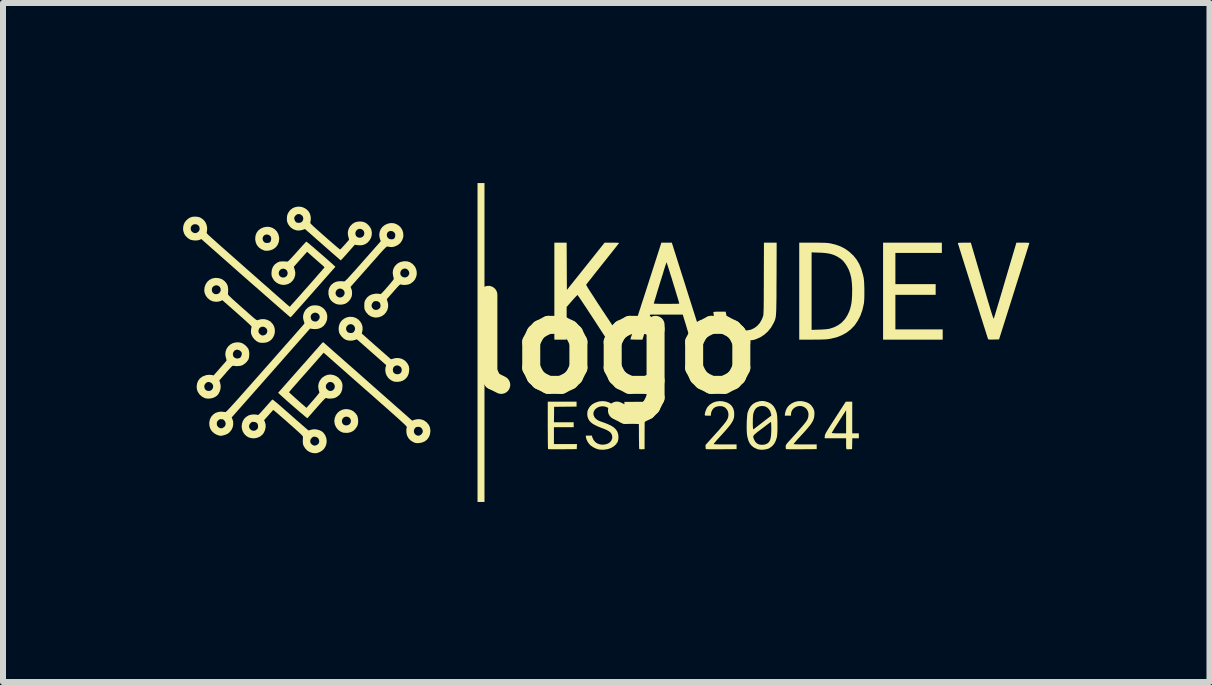
<source format=kicad_pcb>
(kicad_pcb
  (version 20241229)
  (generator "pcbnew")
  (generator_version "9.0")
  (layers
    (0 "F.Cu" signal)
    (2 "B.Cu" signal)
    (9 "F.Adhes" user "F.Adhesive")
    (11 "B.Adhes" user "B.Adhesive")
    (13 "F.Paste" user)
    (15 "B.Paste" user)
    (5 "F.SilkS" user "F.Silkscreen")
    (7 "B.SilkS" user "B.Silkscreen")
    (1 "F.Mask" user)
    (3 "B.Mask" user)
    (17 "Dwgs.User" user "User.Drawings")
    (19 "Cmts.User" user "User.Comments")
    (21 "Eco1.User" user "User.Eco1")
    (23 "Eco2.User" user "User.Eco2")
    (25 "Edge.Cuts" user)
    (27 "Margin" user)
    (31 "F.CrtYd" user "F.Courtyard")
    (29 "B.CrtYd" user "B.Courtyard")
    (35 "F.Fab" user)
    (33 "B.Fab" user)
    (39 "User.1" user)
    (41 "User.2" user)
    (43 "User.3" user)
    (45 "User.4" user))
  (footprint "logo"
    (layer "F.Cu")
    (at 7.158 2.684)
    (property "Reference" "logo" (at 0 0 0) (layer "F.SilkS") (effects (font (size 1.5 1.5) (thickness 0.3))))
    (attr board_only exclude_from_pos_files exclude_from_bom)
    (fp_poly (pts (xy -2.136 -0.027) (xy -2.136 2.629) (xy -2.194 2.629) (xy -2.252 2.629) (xy -2.252 -0.027) (xy -2.252 -2.684) (xy -2.194 -2.684) (xy -2.136 -2.684)) (stroke (width 0) (type solid)) (fill yes) (layer "F.SilkS"))
    (fp_poly (pts (xy 5.484 -1.605) (xy 5.484 -1.52) (xy 5.097 -1.52) (xy 4.71 -1.52) (xy 4.71 -1.26) (xy 4.71 -1) (xy 5.046 -1) (xy 5.381 -1) (xy 5.381 -0.911) (xy 5.381 -0.822) (xy 5.046 -0.822) (xy 4.71 -0.822) (xy 4.71 -0.534) (xy 4.71 -0.246) (xy 5.104 -0.246) (xy 5.498 -0.246) (xy 5.498 -0.161) (xy 5.498 -0.075) (xy 5.001 -0.075) (xy 4.505 -0.075) (xy 4.505 -0.883) (xy 4.505 -1.691) (xy 4.994 -1.691) (xy 5.484 -1.691)) (stroke (width 0) (type solid)) (fill yes) (layer "F.SilkS"))
    (fp_poly (pts (xy -0.602 0.999) (xy -0.602 1.04) (xy -0.789 1.042) (xy -0.976 1.044) (xy -0.977 1.172) (xy -0.979 1.301) (xy -0.815 1.301) (xy -0.65 1.301) (xy -0.65 1.342) (xy -0.65 1.383) (xy -0.815 1.383) (xy -0.979 1.383) (xy -0.979 1.523) (xy -0.979 1.664) (xy -0.787 1.664) (xy -0.595 1.664) (xy -0.597 1.706) (xy -0.599 1.749) (xy -0.836 1.751) (xy -0.891 1.751) (xy -0.943 1.751) (xy -0.988 1.751) (xy -1.026 1.751) (xy -1.054 1.75) (xy -1.072 1.749) (xy -1.077 1.748) (xy -1.078 1.741) (xy -1.079 1.721) (xy -1.079 1.689) (xy -1.08 1.648) (xy -1.081 1.598) (xy -1.081 1.541) (xy -1.081 1.477) (xy -1.082 1.408) (xy -1.082 1.351) (xy -1.082 0.958) (xy -0.842 0.958) (xy -0.602 0.958)) (stroke (width 0) (type solid)) (fill yes) (layer "F.SilkS"))
    (fp_poly (pts (xy 0.78 0.999) (xy 0.78 1.041) (xy 0.666 1.041) (xy 0.627 1.041) (xy 0.593 1.042) (xy 0.566 1.043) (xy 0.548 1.045) (xy 0.543 1.046) (xy 0.541 1.051) (xy 0.539 1.061) (xy 0.537 1.08) (xy 0.536 1.106) (xy 0.535 1.142) (xy 0.534 1.188) (xy 0.533 1.245) (xy 0.533 1.314) (xy 0.532 1.395) (xy 0.532 1.4) (xy 0.531 1.749) (xy 0.488 1.751) (xy 0.461 1.751) (xy 0.446 1.749) (xy 0.442 1.744) (xy 0.441 1.736) (xy 0.44 1.715) (xy 0.439 1.683) (xy 0.439 1.642) (xy 0.438 1.592) (xy 0.437 1.535) (xy 0.437 1.473) (xy 0.437 1.406) (xy 0.436 1.39) (xy 0.435 1.044) (xy 0.315 1.043) (xy 0.195 1.042) (xy 0.195 1.002) (xy 0.195 0.962) (xy 0.488 0.96) (xy 0.78 0.958)) (stroke (width 0) (type solid)) (fill yes) (layer "F.SilkS"))
    (fp_poly (pts (xy -4.408 1.084) (xy -4.361 1.097) (xy -4.318 1.12) (xy -4.283 1.153) (xy -4.258 1.188) (xy -4.247 1.223) (xy -4.241 1.263) (xy -4.241 1.305) (xy -4.248 1.344) (xy -4.257 1.367) (xy -4.288 1.413) (xy -4.325 1.447) (xy -4.368 1.468) (xy -4.417 1.478) (xy -4.434 1.478) (xy -4.461 1.477) (xy -4.484 1.475) (xy -4.498 1.472) (xy -4.543 1.452) (xy -4.581 1.421) (xy -4.61 1.382) (xy -4.63 1.336) (xy -4.637 1.291) (xy -4.512 1.291) (xy -4.503 1.32) (xy -4.502 1.321) (xy -4.484 1.341) (xy -4.459 1.352) (xy -4.431 1.354) (xy -4.403 1.346) (xy -4.38 1.329) (xy -4.365 1.303) (xy -4.361 1.276) (xy -4.368 1.25) (xy -4.383 1.228) (xy -4.406 1.213) (xy -4.435 1.207) (xy -4.447 1.208) (xy -4.475 1.217) (xy -4.496 1.236) (xy -4.509 1.262) (xy -4.512 1.291) (xy -4.637 1.291) (xy -4.638 1.287) (xy -4.638 1.28) (xy -4.631 1.231) (xy -4.614 1.186) (xy -4.586 1.146) (xy -4.55 1.114) (xy -4.507 1.093) (xy -4.458 1.082)) (stroke (width 0) (type solid)) (fill yes) (layer "F.SilkS"))
    (fp_poly (pts (xy -5.711 -1.952) (xy -5.666 -1.936) (xy -5.627 -1.911) (xy -5.595 -1.877) (xy -5.572 -1.835) (xy -5.559 -1.788) (xy -5.556 -1.756) (xy -5.563 -1.703) (xy -5.581 -1.657) (xy -5.61 -1.617) (xy -5.65 -1.586) (xy -5.666 -1.578) (xy -5.697 -1.566) (xy -5.734 -1.558) (xy -5.769 -1.556) (xy -5.799 -1.558) (xy -5.806 -1.56) (xy -5.856 -1.583) (xy -5.898 -1.614) (xy -5.929 -1.653) (xy -5.948 -1.699) (xy -5.956 -1.749) (xy -5.956 -1.753) (xy -5.956 -1.756) (xy -5.833 -1.756) (xy -5.828 -1.732) (xy -5.816 -1.71) (xy -5.799 -1.694) (xy -5.796 -1.692) (xy -5.772 -1.686) (xy -5.745 -1.686) (xy -5.72 -1.692) (xy -5.711 -1.697) (xy -5.698 -1.714) (xy -5.691 -1.738) (xy -5.69 -1.765) (xy -5.695 -1.788) (xy -5.701 -1.798) (xy -5.726 -1.818) (xy -5.753 -1.827) (xy -5.78 -1.826) (xy -5.804 -1.815) (xy -5.822 -1.796) (xy -5.832 -1.77) (xy -5.833 -1.756) (xy -5.956 -1.756) (xy -5.951 -1.808) (xy -5.934 -1.854) (xy -5.906 -1.893) (xy -5.867 -1.924) (xy -5.817 -1.946) (xy -5.809 -1.948) (xy -5.759 -1.956)) (stroke (width 0) (type solid)) (fill yes) (layer "F.SilkS"))
    (fp_poly (pts (xy 3.991 1.222) (xy 3.991 1.486) (xy 4.046 1.486) (xy 4.101 1.486) (xy 4.101 1.527) (xy 4.101 1.568) (xy 4.046 1.568) (xy 3.992 1.568) (xy 3.99 1.659) (xy 3.988 1.749) (xy 3.943 1.751) (xy 3.92 1.752) (xy 3.902 1.75) (xy 3.894 1.748) (xy 3.892 1.74) (xy 3.89 1.721) (xy 3.889 1.693) (xy 3.889 1.66) (xy 3.889 1.656) (xy 3.889 1.568) (xy 3.71 1.568) (xy 3.531 1.568) (xy 3.534 1.532) (xy 3.535 1.523) (xy 3.537 1.514) (xy 3.541 1.503) (xy 3.547 1.489) (xy 3.552 1.479) (xy 3.649 1.479) (xy 3.656 1.481) (xy 3.674 1.483) (xy 3.704 1.485) (xy 3.742 1.486) (xy 3.769 1.486) (xy 3.889 1.486) (xy 3.889 1.293) (xy 3.889 1.1) (xy 3.769 1.287) (xy 3.74 1.332) (xy 3.713 1.374) (xy 3.69 1.41) (xy 3.672 1.441) (xy 3.658 1.463) (xy 3.65 1.476) (xy 3.649 1.479) (xy 3.552 1.479) (xy 3.556 1.472) (xy 3.568 1.451) (xy 3.585 1.423) (xy 3.607 1.388) (xy 3.634 1.345) (xy 3.668 1.293) (xy 3.708 1.231) (xy 3.71 1.227) (xy 3.884 0.958) (xy 3.938 0.958) (xy 3.991 0.958)) (stroke (width 0) (type solid)) (fill yes) (layer "F.SilkS"))
    (fp_poly (pts (xy -0.765 -1.297) (xy -0.763 -0.904) (xy -0.449 -1.297) (xy -0.135 -1.691) (xy -0.013 -1.691) (xy 0.033 -1.691) (xy 0.066 -1.69) (xy 0.089 -1.689) (xy 0.101 -1.687) (xy 0.106 -1.684) (xy 0.105 -1.683) (xy 0.1 -1.676) (xy 0.087 -1.66) (xy 0.067 -1.634) (xy 0.041 -1.601) (xy 0.009 -1.561) (xy -0.027 -1.515) (xy -0.068 -1.464) (xy -0.112 -1.408) (xy -0.159 -1.349) (xy -0.169 -1.337) (xy -0.217 -1.277) (xy -0.261 -1.221) (xy -0.303 -1.169) (xy -0.34 -1.121) (xy -0.373 -1.079) (xy -0.4 -1.045) (xy -0.422 -1.017) (xy -0.436 -0.999) (xy -0.442 -0.99) (xy -0.443 -0.989) (xy -0.439 -0.982) (xy -0.429 -0.965) (xy -0.413 -0.937) (xy -0.39 -0.901) (xy -0.362 -0.857) (xy -0.329 -0.807) (xy -0.292 -0.749) (xy -0.252 -0.687) (xy -0.208 -0.62) (xy -0.162 -0.55) (xy -0.152 -0.536) (xy -0.106 -0.466) (xy -0.061 -0.399) (xy -0.02 -0.336) (xy 0.019 -0.278) (xy 0.053 -0.226) (xy 0.083 -0.18) (xy 0.108 -0.143) (xy 0.127 -0.113) (xy 0.14 -0.094) (xy 0.146 -0.084) (xy 0.147 -0.084) (xy 0.146 -0.081) (xy 0.139 -0.078) (xy 0.123 -0.077) (xy 0.098 -0.076) (xy 0.062 -0.076) (xy 0.027 -0.077) (xy -0.098 -0.079) (xy -0.338 -0.448) (xy -0.38 -0.512) (xy -0.42 -0.573) (xy -0.457 -0.629) (xy -0.49 -0.679) (xy -0.52 -0.724) (xy -0.545 -0.761) (xy -0.564 -0.789) (xy -0.578 -0.809) (xy -0.585 -0.818) (xy -0.586 -0.819) (xy -0.592 -0.814) (xy -0.606 -0.801) (xy -0.625 -0.781) (xy -0.649 -0.754) (xy -0.677 -0.724) (xy -0.68 -0.72) (xy -0.767 -0.62) (xy -0.767 -0.348) (xy -0.767 -0.075) (xy -0.869 -0.075) (xy -0.972 -0.075) (xy -0.972 -0.883) (xy -0.972 -1.691) (xy -0.87 -1.691) (xy -0.767 -1.691)) (stroke (width 0) (type solid)) (fill yes) (layer "F.SilkS"))
    (fp_poly (pts (xy 3.332 -1.691) (xy 3.402 -1.691) (xy 3.46 -1.69) (xy 3.507 -1.689) (xy 3.545 -1.688) (xy 3.576 -1.686) (xy 3.601 -1.683) (xy 3.617 -1.681) (xy 3.711 -1.659) (xy 3.795 -1.629) (xy 3.872 -1.589) (xy 3.942 -1.539) (xy 4.008 -1.478) (xy 4.01 -1.476) (xy 4.063 -1.41) (xy 4.108 -1.334) (xy 4.144 -1.248) (xy 4.171 -1.152) (xy 4.181 -1.107) (xy 4.185 -1.075) (xy 4.189 -1.032) (xy 4.191 -0.982) (xy 4.193 -0.926) (xy 4.193 -0.869) (xy 4.193 -0.813) (xy 4.192 -0.761) (xy 4.189 -0.716) (xy 4.186 -0.68) (xy 4.184 -0.671) (xy 4.16 -0.567) (xy 4.126 -0.472) (xy 4.082 -0.388) (xy 4.03 -0.312) (xy 3.967 -0.247) (xy 3.896 -0.192) (xy 3.816 -0.148) (xy 3.727 -0.113) (xy 3.629 -0.09) (xy 3.604 -0.086) (xy 3.575 -0.082) (xy 3.54 -0.079) (xy 3.497 -0.078) (xy 3.444 -0.076) (xy 3.38 -0.076) (xy 3.322 -0.075) (xy 3.108 -0.075) (xy 3.108 -0.883) (xy 3.314 -0.883) (xy 3.314 -0.238) (xy 3.439 -0.242) (xy 3.489 -0.244) (xy 3.535 -0.247) (xy 3.574 -0.251) (xy 3.602 -0.255) (xy 3.609 -0.256) (xy 3.687 -0.281) (xy 3.757 -0.316) (xy 3.818 -0.362) (xy 3.87 -0.418) (xy 3.912 -0.484) (xy 3.94 -0.543) (xy 3.956 -0.589) (xy 3.968 -0.635) (xy 3.978 -0.685) (xy 3.984 -0.741) (xy 3.988 -0.806) (xy 3.989 -0.835) (xy 3.99 -0.934) (xy 3.985 -1.022) (xy 3.975 -1.101) (xy 3.958 -1.171) (xy 3.935 -1.236) (xy 3.905 -1.295) (xy 3.877 -1.339) (xy 3.841 -1.385) (xy 3.8 -1.422) (xy 3.75 -1.454) (xy 3.733 -1.464) (xy 3.692 -1.483) (xy 3.652 -1.497) (xy 3.609 -1.508) (xy 3.561 -1.516) (xy 3.504 -1.522) (xy 3.439 -1.525) (xy 3.314 -1.529) (xy 3.314 -0.883) (xy 3.108 -0.883) (xy 3.108 -1.691)) (stroke (width 0) (type solid)) (fill yes) (layer "F.SilkS"))
    (fp_poly (pts (xy 6.871 -1.691) (xy 6.902 -1.69) (xy 6.926 -1.689) (xy 6.94 -1.687) (xy 6.942 -1.686) (xy 6.94 -1.679) (xy 6.934 -1.659) (xy 6.925 -1.629) (xy 6.912 -1.587) (xy 6.896 -1.536) (xy 6.877 -1.475) (xy 6.855 -1.407) (xy 6.832 -1.33) (xy 6.806 -1.248) (xy 6.778 -1.159) (xy 6.748 -1.065) (xy 6.717 -0.967) (xy 6.69 -0.88) (xy 6.437 -0.079) (xy 6.347 -0.077) (xy 6.308 -0.076) (xy 6.281 -0.077) (xy 6.264 -0.079) (xy 6.256 -0.082) (xy 6.254 -0.084) (xy 6.25 -0.097) (xy 6.242 -0.121) (xy 6.231 -0.156) (xy 6.217 -0.201) (xy 6.2 -0.255) (xy 6.18 -0.316) (xy 6.159 -0.384) (xy 6.135 -0.458) (xy 6.111 -0.537) (xy 6.085 -0.62) (xy 6.058 -0.706) (xy 6.03 -0.793) (xy 6.002 -0.882) (xy 5.974 -0.97) (xy 5.947 -1.058) (xy 5.92 -1.143) (xy 5.894 -1.226) (xy 5.869 -1.305) (xy 5.846 -1.379) (xy 5.824 -1.448) (xy 5.805 -1.509) (xy 5.788 -1.563) (xy 5.774 -1.608) (xy 5.763 -1.644) (xy 5.755 -1.669) (xy 5.751 -1.682) (xy 5.751 -1.684) (xy 5.758 -1.687) (xy 5.777 -1.689) (xy 5.81 -1.69) (xy 5.854 -1.691) (xy 5.859 -1.691) (xy 5.967 -1.691) (xy 6.155 -1.05) (xy 6.186 -0.944) (xy 6.214 -0.85) (xy 6.238 -0.767) (xy 6.259 -0.696) (xy 6.278 -0.635) (xy 6.293 -0.583) (xy 6.306 -0.541) (xy 6.317 -0.506) (xy 6.326 -0.479) (xy 6.333 -0.458) (xy 6.339 -0.443) (xy 6.343 -0.433) (xy 6.346 -0.428) (xy 6.349 -0.427) (xy 6.35 -0.428) (xy 6.351 -0.429) (xy 6.354 -0.438) (xy 6.36 -0.46) (xy 6.37 -0.492) (xy 6.383 -0.535) (xy 6.399 -0.588) (xy 6.417 -0.649) (xy 6.438 -0.717) (xy 6.46 -0.792) (xy 6.484 -0.872) (xy 6.509 -0.957) (xy 6.535 -1.046) (xy 6.542 -1.07) (xy 6.726 -1.691) (xy 6.834 -1.691)) (stroke (width 0) (type solid)) (fill yes) (layer "F.SilkS"))
    (fp_poly (pts (xy 1.835 0.952) (xy 1.848 0.955) (xy 1.905 0.972) (xy 1.951 0.998) (xy 1.986 1.032) (xy 2.01 1.074) (xy 2.023 1.125) (xy 2.025 1.18) (xy 2.023 1.207) (xy 2.018 1.232) (xy 2.01 1.257) (xy 1.998 1.282) (xy 1.982 1.31) (xy 1.96 1.342) (xy 1.932 1.377) (xy 1.897 1.419) (xy 1.854 1.468) (xy 1.802 1.525) (xy 1.788 1.54) (xy 1.757 1.574) (xy 1.73 1.604) (xy 1.708 1.63) (xy 1.692 1.65) (xy 1.683 1.662) (xy 1.682 1.665) (xy 1.689 1.667) (xy 1.709 1.668) (xy 1.738 1.669) (xy 1.776 1.67) (xy 1.82 1.67) (xy 1.87 1.67) (xy 1.875 1.67) (xy 2.064 1.67) (xy 2.064 1.709) (xy 2.064 1.749) (xy 1.81 1.751) (xy 1.753 1.751) (xy 1.699 1.751) (xy 1.652 1.751) (xy 1.612 1.751) (xy 1.581 1.75) (xy 1.56 1.749) (xy 1.552 1.748) (xy 1.552 1.748) (xy 1.549 1.739) (xy 1.548 1.721) (xy 1.547 1.711) (xy 1.547 1.679) (xy 1.676 1.536) (xy 1.73 1.476) (xy 1.776 1.425) (xy 1.813 1.381) (xy 1.844 1.345) (xy 1.869 1.314) (xy 1.888 1.288) (xy 1.902 1.266) (xy 1.912 1.247) (xy 1.92 1.229) (xy 1.924 1.211) (xy 1.928 1.193) (xy 1.928 1.191) (xy 1.927 1.149) (xy 1.916 1.111) (xy 1.894 1.077) (xy 1.865 1.051) (xy 1.828 1.036) (xy 1.825 1.035) (xy 1.782 1.032) (xy 1.739 1.038) (xy 1.706 1.05) (xy 1.676 1.073) (xy 1.654 1.105) (xy 1.64 1.142) (xy 1.636 1.172) (xy 1.636 1.191) (xy 1.585 1.191) (xy 1.559 1.191) (xy 1.543 1.19) (xy 1.536 1.186) (xy 1.534 1.18) (xy 1.534 1.175) (xy 1.537 1.151) (xy 1.545 1.121) (xy 1.557 1.09) (xy 1.571 1.061) (xy 1.581 1.045) (xy 1.62 1.006) (xy 1.666 0.976) (xy 1.719 0.957) (xy 1.776 0.949)) (stroke (width 0) (type solid)) (fill yes) (layer "F.SilkS"))
    (fp_poly (pts (xy 2.73 -1.094) (xy 2.729 -0.986) (xy 2.729 -0.89) (xy 2.729 -0.806) (xy 2.728 -0.734) (xy 2.727 -0.671) (xy 2.726 -0.617) (xy 2.725 -0.572) (xy 2.723 -0.533) (xy 2.721 -0.501) (xy 2.719 -0.474) (xy 2.716 -0.452) (xy 2.712 -0.432) (xy 2.708 -0.416) (xy 2.703 -0.401) (xy 2.697 -0.386) (xy 2.691 -0.372) (xy 2.683 -0.356) (xy 2.68 -0.35) (xy 2.638 -0.276) (xy 2.586 -0.212) (xy 2.525 -0.157) (xy 2.457 -0.113) (xy 2.38 -0.08) (xy 2.352 -0.072) (xy 2.331 -0.068) (xy 2.301 -0.064) (xy 2.264 -0.061) (xy 2.225 -0.058) (xy 2.186 -0.057) (xy 2.151 -0.056) (xy 2.123 -0.057) (xy 2.105 -0.059) (xy 2.039 -0.076) (xy 1.983 -0.095) (xy 1.935 -0.117) (xy 1.892 -0.144) (xy 1.858 -0.17) (xy 1.801 -0.225) (xy 1.754 -0.29) (xy 1.718 -0.363) (xy 1.706 -0.397) (xy 1.698 -0.426) (xy 1.69 -0.458) (xy 1.683 -0.49) (xy 1.679 -0.516) (xy 1.677 -0.532) (xy 1.68 -0.535) (xy 1.69 -0.538) (xy 1.709 -0.54) (xy 1.737 -0.541) (xy 1.778 -0.541) (xy 1.78 -0.541) (xy 1.882 -0.541) (xy 1.886 -0.522) (xy 1.898 -0.469) (xy 1.911 -0.426) (xy 1.927 -0.39) (xy 1.934 -0.378) (xy 1.969 -0.327) (xy 2.01 -0.288) (xy 2.058 -0.259) (xy 2.113 -0.24) (xy 2.179 -0.229) (xy 2.184 -0.229) (xy 2.247 -0.23) (xy 2.307 -0.243) (xy 2.361 -0.269) (xy 2.41 -0.306) (xy 2.451 -0.353) (xy 2.484 -0.411) (xy 2.501 -0.452) (xy 2.503 -0.46) (xy 2.506 -0.468) (xy 2.508 -0.476) (xy 2.51 -0.487) (xy 2.511 -0.5) (xy 2.512 -0.517) (xy 2.513 -0.538) (xy 2.514 -0.564) (xy 2.515 -0.597) (xy 2.516 -0.637) (xy 2.516 -0.685) (xy 2.517 -0.743) (xy 2.517 -0.81) (xy 2.517 -0.888) (xy 2.518 -0.977) (xy 2.518 -1.08) (xy 2.518 -1.094) (xy 2.52 -1.691) (xy 2.626 -1.691) (xy 2.732 -1.691)) (stroke (width 0) (type solid)) (fill yes) (layer "F.SilkS"))
    (fp_poly (pts (xy 3.168 0.952) (xy 3.225 0.966) (xy 3.271 0.988) (xy 3.308 1.02) (xy 3.337 1.061) (xy 3.344 1.075) (xy 3.354 1.099) (xy 3.359 1.119) (xy 3.361 1.141) (xy 3.361 1.171) (xy 3.36 1.173) (xy 3.358 1.201) (xy 3.354 1.227) (xy 3.346 1.252) (xy 3.335 1.278) (xy 3.319 1.306) (xy 3.298 1.338) (xy 3.27 1.373) (xy 3.235 1.415) (xy 3.193 1.463) (xy 3.141 1.519) (xy 3.122 1.54) (xy 3.091 1.573) (xy 3.064 1.604) (xy 3.041 1.63) (xy 3.024 1.65) (xy 3.014 1.662) (xy 3.012 1.665) (xy 3.019 1.666) (xy 3.038 1.668) (xy 3.067 1.669) (xy 3.104 1.67) (xy 3.149 1.67) (xy 3.2 1.67) (xy 3.206 1.67) (xy 3.399 1.67) (xy 3.399 1.709) (xy 3.399 1.749) (xy 3.145 1.751) (xy 3.088 1.751) (xy 3.034 1.751) (xy 2.987 1.751) (xy 2.947 1.751) (xy 2.916 1.75) (xy 2.896 1.749) (xy 2.887 1.748) (xy 2.887 1.748) (xy 2.884 1.739) (xy 2.883 1.721) (xy 2.882 1.71) (xy 2.883 1.699) (xy 2.884 1.689) (xy 2.888 1.679) (xy 2.895 1.667) (xy 2.907 1.651) (xy 2.925 1.63) (xy 2.951 1.602) (xy 2.977 1.573) (xy 3.034 1.51) (xy 3.082 1.456) (xy 3.123 1.41) (xy 3.156 1.372) (xy 3.183 1.34) (xy 3.205 1.313) (xy 3.222 1.29) (xy 3.234 1.271) (xy 3.244 1.255) (xy 3.25 1.24) (xy 3.255 1.225) (xy 3.258 1.21) (xy 3.259 1.21) (xy 3.263 1.163) (xy 3.254 1.121) (xy 3.233 1.084) (xy 3.221 1.071) (xy 3.188 1.047) (xy 3.152 1.033) (xy 3.114 1.03) (xy 3.076 1.036) (xy 3.041 1.051) (xy 3.011 1.074) (xy 2.988 1.103) (xy 2.974 1.139) (xy 2.971 1.167) (xy 2.971 1.191) (xy 2.919 1.191) (xy 2.867 1.191) (xy 2.871 1.157) (xy 2.884 1.104) (xy 2.907 1.057) (xy 2.941 1.017) (xy 2.983 0.986) (xy 3.032 0.963) (xy 3.086 0.95) (xy 3.144 0.949)) (stroke (width 0) (type solid)) (fill yes) (layer "F.SilkS"))
    (fp_poly (pts (xy -0.114 0.954) (xy -0.062 0.97) (xy -0.014 0.995) (xy 0.027 1.028) (xy 0.06 1.067) (xy 0.083 1.112) (xy 0.094 1.154) (xy 0.098 1.184) (xy 0.046 1.184) (xy -0.006 1.184) (xy -0.011 1.162) (xy -0.027 1.118) (xy -0.053 1.082) (xy -0.087 1.055) (xy -0.128 1.039) (xy -0.175 1.035) (xy -0.188 1.036) (xy -0.23 1.045) (xy -0.265 1.063) (xy -0.293 1.087) (xy -0.312 1.116) (xy -0.321 1.148) (xy -0.319 1.181) (xy -0.305 1.214) (xy -0.294 1.229) (xy -0.277 1.246) (xy -0.258 1.261) (xy -0.235 1.274) (xy -0.204 1.287) (xy -0.164 1.301) (xy -0.154 1.304) (xy -0.086 1.33) (xy -0.03 1.356) (xy 0.014 1.384) (xy 0.048 1.415) (xy 0.073 1.45) (xy 0.078 1.46) (xy 0.091 1.497) (xy 0.096 1.54) (xy 0.094 1.583) (xy 0.085 1.621) (xy 0.083 1.627) (xy 0.057 1.667) (xy 0.021 1.701) (xy -0.024 1.728) (xy -0.076 1.747) (xy -0.133 1.757) (xy -0.168 1.759) (xy -0.197 1.758) (xy -0.224 1.755) (xy -0.242 1.752) (xy -0.284 1.738) (xy -0.328 1.715) (xy -0.367 1.688) (xy -0.372 1.684) (xy -0.396 1.658) (xy -0.418 1.625) (xy -0.435 1.59) (xy -0.445 1.557) (xy -0.446 1.547) (xy -0.448 1.523) (xy -0.398 1.523) (xy -0.347 1.523) (xy -0.339 1.553) (xy -0.319 1.596) (xy -0.29 1.631) (xy -0.253 1.656) (xy -0.209 1.671) (xy -0.16 1.675) (xy -0.127 1.671) (xy -0.082 1.658) (xy -0.047 1.636) (xy -0.023 1.607) (xy -0.009 1.572) (xy -0.007 1.549) (xy -0.012 1.514) (xy -0.028 1.483) (xy -0.056 1.456) (xy -0.096 1.432) (xy -0.145 1.411) (xy -0.209 1.387) (xy -0.261 1.365) (xy -0.303 1.344) (xy -0.337 1.324) (xy -0.363 1.303) (xy -0.384 1.281) (xy -0.401 1.256) (xy -0.401 1.256) (xy -0.418 1.215) (xy -0.424 1.169) (xy -0.421 1.123) (xy -0.409 1.087) (xy -0.381 1.041) (xy -0.343 1.004) (xy -0.294 0.976) (xy -0.234 0.956) (xy -0.224 0.954) (xy -0.168 0.949)) (stroke (width 0) (type solid)) (fill yes) (layer "F.SilkS"))
    (fp_poly (pts (xy 1.01 -1.614) (xy 1.015 -1.597) (xy 1.024 -1.568) (xy 1.037 -1.528) (xy 1.053 -1.478) (xy 1.072 -1.418) (xy 1.093 -1.35) (xy 1.117 -1.275) (xy 1.143 -1.193) (xy 1.171 -1.106) (xy 1.2 -1.015) (xy 1.23 -0.919) (xy 1.261 -0.821) (xy 1.265 -0.808) (xy 1.497 -0.079) (xy 1.398 -0.077) (xy 1.357 -0.077) (xy 1.326 -0.077) (xy 1.304 -0.079) (xy 1.294 -0.081) (xy 1.294 -0.082) (xy 1.291 -0.09) (xy 1.285 -0.109) (xy 1.276 -0.138) (xy 1.264 -0.176) (xy 1.25 -0.22) (xy 1.235 -0.269) (xy 1.229 -0.291) (xy 1.167 -0.493) (xy 0.896 -0.493) (xy 0.625 -0.493) (xy 0.561 -0.284) (xy 0.496 -0.075) (xy 0.395 -0.075) (xy 0.36 -0.076) (xy 0.33 -0.077) (xy 0.308 -0.078) (xy 0.296 -0.08) (xy 0.294 -0.08) (xy 0.296 -0.087) (xy 0.302 -0.107) (xy 0.312 -0.137) (xy 0.325 -0.179) (xy 0.341 -0.23) (xy 0.361 -0.29) (xy 0.383 -0.359) (xy 0.407 -0.435) (xy 0.433 -0.518) (xy 0.462 -0.606) (xy 0.484 -0.676) (xy 0.684 -0.676) (xy 0.691 -0.675) (xy 0.71 -0.674) (xy 0.739 -0.673) (xy 0.777 -0.672) (xy 0.822 -0.671) (xy 0.872 -0.671) (xy 0.897 -0.671) (xy 0.949 -0.671) (xy 0.997 -0.672) (xy 1.038 -0.672) (xy 1.072 -0.673) (xy 1.095 -0.674) (xy 1.108 -0.675) (xy 1.109 -0.676) (xy 1.107 -0.685) (xy 1.102 -0.705) (xy 1.093 -0.735) (xy 1.082 -0.773) (xy 1.068 -0.818) (xy 1.053 -0.868) (xy 1.037 -0.922) (xy 1.019 -0.979) (xy 1.001 -1.037) (xy 0.984 -1.095) (xy 0.966 -1.15) (xy 0.95 -1.202) (xy 0.935 -1.25) (xy 0.922 -1.291) (xy 0.911 -1.324) (xy 0.903 -1.348) (xy 0.898 -1.362) (xy 0.897 -1.364) (xy 0.894 -1.357) (xy 0.888 -1.338) (xy 0.878 -1.309) (xy 0.866 -1.272) (xy 0.852 -1.227) (xy 0.837 -1.176) (xy 0.82 -1.122) (xy 0.802 -1.065) (xy 0.784 -1.007) (xy 0.766 -0.949) (xy 0.749 -0.893) (xy 0.733 -0.84) (xy 0.719 -0.792) (xy 0.706 -0.75) (xy 0.696 -0.717) (xy 0.689 -0.692) (xy 0.685 -0.678) (xy 0.684 -0.676) (xy 0.484 -0.676) (xy 0.492 -0.7) (xy 0.524 -0.798) (xy 0.553 -0.888) (xy 0.811 -1.691) (xy 0.898 -1.691) (xy 0.985 -1.691)) (stroke (width 0) (type solid)) (fill yes) (layer "F.SilkS"))
    (fp_poly (pts (xy -6.214 -0.028) (xy -6.177 -0.018) (xy -6.169 -0.014) (xy -6.131 0.01) (xy -6.097 0.042) (xy -6.071 0.077) (xy -6.07 0.079) (xy -6.061 0.107) (xy -6.055 0.143) (xy -6.055 0.182) (xy -6.059 0.219) (xy -6.067 0.25) (xy -6.07 0.257) (xy -6.097 0.295) (xy -6.133 0.328) (xy -6.168 0.35) (xy -6.197 0.36) (xy -6.234 0.365) (xy -6.273 0.366) (xy -6.309 0.362) (xy -6.316 0.361) (xy -6.323 0.359) (xy -6.329 0.36) (xy -6.337 0.364) (xy -6.347 0.371) (xy -6.36 0.385) (xy -6.379 0.405) (xy -6.404 0.432) (xy -6.436 0.468) (xy -6.445 0.48) (xy -6.554 0.604) (xy -6.543 0.636) (xy -6.532 0.685) (xy -6.533 0.737) (xy -6.546 0.786) (xy -6.57 0.832) (xy -6.581 0.846) (xy -6.611 0.872) (xy -6.65 0.892) (xy -6.694 0.904) (xy -6.739 0.908) (xy -6.781 0.903) (xy -6.79 0.901) (xy -6.836 0.879) (xy -6.875 0.847) (xy -6.892 0.826) (xy -6.914 0.791) (xy -6.926 0.758) (xy -6.931 0.721) (xy -6.931 0.705) (xy -6.931 0.703) (xy -6.805 0.703) (xy -6.799 0.736) (xy -6.784 0.761) (xy -6.758 0.776) (xy -6.728 0.78) (xy -6.703 0.776) (xy -6.682 0.762) (xy -6.663 0.737) (xy -6.656 0.71) (xy -6.659 0.684) (xy -6.672 0.66) (xy -6.693 0.642) (xy -6.721 0.631) (xy -6.738 0.63) (xy -6.761 0.636) (xy -6.782 0.652) (xy -6.798 0.675) (xy -6.805 0.7) (xy -6.805 0.703) (xy -6.931 0.703) (xy -6.924 0.653) (xy -6.906 0.608) (xy -6.877 0.571) (xy -6.835 0.54) (xy -6.822 0.534) (xy -6.77 0.515) (xy -6.716 0.51) (xy -6.674 0.515) (xy -6.649 0.521) (xy -6.548 0.406) (xy -6.518 0.372) (xy -6.491 0.341) (xy -6.468 0.315) (xy -6.451 0.295) (xy -6.44 0.283) (xy -6.438 0.281) (xy -6.434 0.272) (xy -6.435 0.26) (xy -6.44 0.239) (xy -6.444 0.229) (xy -6.454 0.179) (xy -6.453 0.159) (xy -6.328 0.159) (xy -6.327 0.186) (xy -6.316 0.21) (xy -6.296 0.228) (xy -6.269 0.238) (xy -6.254 0.24) (xy -6.223 0.234) (xy -6.207 0.226) (xy -6.192 0.207) (xy -6.182 0.182) (xy -6.179 0.156) (xy -6.181 0.143) (xy -6.197 0.119) (xy -6.219 0.102) (xy -6.246 0.093) (xy -6.273 0.093) (xy -6.296 0.104) (xy -6.299 0.106) (xy -6.319 0.131) (xy -6.328 0.159) (xy -6.453 0.159) (xy -6.451 0.131) (xy -6.437 0.085) (xy -6.411 0.043) (xy -6.375 0.009) (xy -6.334 -0.015) (xy -6.297 -0.026) (xy -6.255 -0.031)) (stroke (width 0) (type solid)) (fill yes) (layer "F.SilkS"))
    (fp_poly (pts (xy -4.331 -0.453) (xy -4.324 -0.452) (xy -4.277 -0.436) (xy -4.237 -0.41) (xy -4.205 -0.375) (xy -4.181 -0.334) (xy -4.168 -0.289) (xy -4.167 -0.241) (xy -4.171 -0.218) (xy -4.181 -0.177) (xy -3.948 0.029) (xy -3.899 0.072) (xy -3.854 0.112) (xy -3.812 0.148) (xy -3.776 0.18) (xy -3.745 0.207) (xy -3.722 0.227) (xy -3.708 0.24) (xy -3.703 0.245) (xy -3.694 0.25) (xy -3.684 0.25) (xy -3.667 0.245) (xy -3.658 0.242) (xy -3.611 0.231) (xy -3.562 0.232) (xy -3.514 0.244) (xy -3.472 0.267) (xy -3.444 0.292) (xy -3.415 0.329) (xy -3.397 0.366) (xy -3.39 0.408) (xy -3.391 0.438) (xy -3.399 0.492) (xy -3.419 0.538) (xy -3.451 0.576) (xy -3.492 0.606) (xy -3.534 0.621) (xy -3.581 0.628) (xy -3.628 0.626) (xy -3.658 0.619) (xy -3.7 0.597) (xy -3.736 0.566) (xy -3.764 0.527) (xy -3.782 0.483) (xy -3.789 0.436) (xy -3.789 0.427) (xy -3.663 0.427) (xy -3.66 0.45) (xy -3.653 0.469) (xy -3.652 0.472) (xy -3.63 0.491) (xy -3.602 0.501) (xy -3.572 0.501) (xy -3.542 0.489) (xy -3.525 0.471) (xy -3.516 0.446) (xy -3.515 0.418) (xy -3.524 0.392) (xy -3.535 0.378) (xy -3.562 0.36) (xy -3.59 0.354) (xy -3.617 0.358) (xy -3.639 0.371) (xy -3.656 0.393) (xy -3.663 0.423) (xy -3.663 0.427) (xy -3.789 0.427) (xy -3.785 0.39) (xy -3.784 0.385) (xy -3.774 0.349) (xy -4.001 0.149) (xy -4.049 0.107) (xy -4.094 0.067) (xy -4.136 0.03) (xy -4.172 -0.002) (xy -4.203 -0.029) (xy -4.226 -0.05) (xy -4.241 -0.063) (xy -4.246 -0.067) (xy -4.258 -0.076) (xy -4.267 -0.079) (xy -4.28 -0.076) (xy -4.294 -0.07) (xy -4.331 -0.061) (xy -4.373 -0.058) (xy -4.416 -0.063) (xy -4.452 -0.075) (xy -4.486 -0.097) (xy -4.518 -0.129) (xy -4.544 -0.165) (xy -4.554 -0.183) (xy -4.564 -0.223) (xy -4.566 -0.267) (xy -4.566 -0.27) (xy -4.442 -0.27) (xy -4.44 -0.242) (xy -4.433 -0.223) (xy -4.418 -0.202) (xy -4.398 -0.19) (xy -4.369 -0.186) (xy -4.362 -0.185) (xy -4.34 -0.187) (xy -4.324 -0.195) (xy -4.313 -0.206) (xy -4.297 -0.231) (xy -4.292 -0.258) (xy -4.297 -0.284) (xy -4.311 -0.308) (xy -4.331 -0.324) (xy -4.356 -0.333) (xy -4.377 -0.332) (xy -4.402 -0.324) (xy -4.421 -0.308) (xy -4.432 -0.295) (xy -4.442 -0.27) (xy -4.566 -0.27) (xy -4.559 -0.312) (xy -4.544 -0.353) (xy -4.542 -0.355) (xy -4.513 -0.395) (xy -4.475 -0.425) (xy -4.431 -0.446) (xy -4.382 -0.456)) (stroke (width 0) (type solid)) (fill yes) (layer "F.SilkS"))
    (fp_poly (pts (xy 2.512 0.948) (xy 2.535 0.951) (xy 2.592 0.968) (xy 2.639 0.994) (xy 2.678 1.031) (xy 2.707 1.077) (xy 2.729 1.134) (xy 2.735 1.161) (xy 2.739 1.188) (xy 2.742 1.226) (xy 2.744 1.271) (xy 2.745 1.322) (xy 2.745 1.374) (xy 2.745 1.425) (xy 2.743 1.472) (xy 2.74 1.512) (xy 2.737 1.542) (xy 2.736 1.548) (xy 2.717 1.609) (xy 2.69 1.661) (xy 2.654 1.702) (xy 2.61 1.733) (xy 2.603 1.737) (xy 2.564 1.75) (xy 2.517 1.758) (xy 2.469 1.759) (xy 2.424 1.753) (xy 2.405 1.747) (xy 2.356 1.724) (xy 2.315 1.693) (xy 2.284 1.654) (xy 2.26 1.604) (xy 2.244 1.545) (xy 2.342 1.545) (xy 2.344 1.558) (xy 2.349 1.573) (xy 2.351 1.58) (xy 2.372 1.621) (xy 2.399 1.651) (xy 2.435 1.67) (xy 2.479 1.677) (xy 2.489 1.677) (xy 2.525 1.674) (xy 2.556 1.665) (xy 2.558 1.664) (xy 2.583 1.65) (xy 2.604 1.63) (xy 2.619 1.605) (xy 2.63 1.572) (xy 2.637 1.53) (xy 2.641 1.477) (xy 2.643 1.413) (xy 2.643 1.412) (xy 2.642 1.373) (xy 2.641 1.34) (xy 2.64 1.315) (xy 2.638 1.299) (xy 2.637 1.295) (xy 2.63 1.3) (xy 2.614 1.311) (xy 2.59 1.329) (xy 2.559 1.352) (xy 2.524 1.379) (xy 2.487 1.407) (xy 2.441 1.441) (xy 2.406 1.468) (xy 2.38 1.49) (xy 2.361 1.507) (xy 2.349 1.521) (xy 2.343 1.533) (xy 2.342 1.545) (xy 2.244 1.545) (xy 2.244 1.544) (xy 2.238 1.509) (xy 2.235 1.475) (xy 2.233 1.433) (xy 2.232 1.385) (xy 2.233 1.334) (xy 2.233 1.317) (xy 2.334 1.317) (xy 2.335 1.351) (xy 2.336 1.381) (xy 2.338 1.404) (xy 2.341 1.417) (xy 2.343 1.42) (xy 2.351 1.414) (xy 2.368 1.402) (xy 2.392 1.383) (xy 2.423 1.359) (xy 2.459 1.332) (xy 2.497 1.302) (xy 2.643 1.19) (xy 2.639 1.165) (xy 2.625 1.118) (xy 2.601 1.081) (xy 2.57 1.053) (xy 2.533 1.035) (xy 2.49 1.03) (xy 2.454 1.034) (xy 2.415 1.048) (xy 2.384 1.072) (xy 2.361 1.106) (xy 2.345 1.151) (xy 2.342 1.163) (xy 2.339 1.183) (xy 2.337 1.211) (xy 2.335 1.245) (xy 2.335 1.281) (xy 2.334 1.317) (xy 2.233 1.317) (xy 2.234 1.284) (xy 2.237 1.236) (xy 2.24 1.194) (xy 2.244 1.16) (xy 2.249 1.137) (xy 2.249 1.136) (xy 2.272 1.078) (xy 2.302 1.031) (xy 2.339 0.995) (xy 2.384 0.969) (xy 2.438 0.953) (xy 2.447 0.951) (xy 2.482 0.947)) (stroke (width 0) (type solid)) (fill yes) (layer "F.SilkS"))
    (fp_poly (pts (xy -6.558 -1.099) (xy -6.513 -1.084) (xy -6.475 -1.058) (xy -6.466 -1.05) (xy -6.441 -1.022) (xy -6.423 -0.993) (xy -6.412 -0.96) (xy -6.407 -0.921) (xy -6.407 -0.873) (xy -6.41 -0.839) (xy -6.41 -0.834) (xy -6.407 -0.827) (xy -6.402 -0.819) (xy -6.394 -0.809) (xy -6.38 -0.795) (xy -6.361 -0.777) (xy -6.336 -0.753) (xy -6.304 -0.724) (xy -6.263 -0.687) (xy -6.213 -0.643) (xy -6.193 -0.625) (xy -6.134 -0.573) (xy -6.085 -0.53) (xy -6.045 -0.494) (xy -6.012 -0.465) (xy -5.985 -0.442) (xy -5.965 -0.425) (xy -5.949 -0.413) (xy -5.937 -0.405) (xy -5.928 -0.401) (xy -5.921 -0.399) (xy -5.915 -0.4) (xy -5.909 -0.402) (xy -5.902 -0.405) (xy -5.897 -0.407) (xy -5.847 -0.417) (xy -5.796 -0.416) (xy -5.747 -0.402) (xy -5.704 -0.378) (xy -5.694 -0.369) (xy -5.661 -0.332) (xy -5.639 -0.289) (xy -5.629 -0.244) (xy -5.629 -0.197) (xy -5.639 -0.152) (xy -5.659 -0.11) (xy -5.689 -0.073) (xy -5.729 -0.044) (xy -5.735 -0.041) (xy -5.768 -0.029) (xy -5.808 -0.023) (xy -5.848 -0.022) (xy -5.885 -0.027) (xy -5.897 -0.03) (xy -5.936 -0.051) (xy -5.972 -0.083) (xy -6.001 -0.121) (xy -6.02 -0.162) (xy -6.024 -0.177) (xy -6.027 -0.209) (xy -6.027 -0.218) (xy -5.902 -0.218) (xy -5.9 -0.198) (xy -5.892 -0.182) (xy -5.877 -0.167) (xy -5.855 -0.15) (xy -5.832 -0.144) (xy -5.806 -0.149) (xy -5.795 -0.154) (xy -5.772 -0.17) (xy -5.759 -0.193) (xy -5.754 -0.22) (xy -5.761 -0.247) (xy -5.771 -0.263) (xy -5.795 -0.282) (xy -5.822 -0.291) (xy -5.849 -0.289) (xy -5.873 -0.278) (xy -5.891 -0.258) (xy -5.901 -0.231) (xy -5.902 -0.218) (xy -6.027 -0.218) (xy -6.025 -0.244) (xy -6.019 -0.276) (xy -6.015 -0.288) (xy -6.017 -0.293) (xy -6.025 -0.303) (xy -6.04 -0.319) (xy -6.062 -0.34) (xy -6.092 -0.368) (xy -6.13 -0.403) (xy -6.178 -0.446) (xy -6.235 -0.496) (xy -6.257 -0.516) (xy -6.504 -0.733) (xy -6.526 -0.721) (xy -6.559 -0.711) (xy -6.598 -0.706) (xy -6.639 -0.709) (xy -6.676 -0.718) (xy -6.718 -0.741) (xy -6.753 -0.772) (xy -6.781 -0.811) (xy -6.799 -0.854) (xy -6.805 -0.897) (xy -6.803 -0.913) (xy -6.679 -0.913) (xy -6.676 -0.882) (xy -6.675 -0.88) (xy -6.661 -0.855) (xy -6.638 -0.838) (xy -6.611 -0.832) (xy -6.581 -0.836) (xy -6.559 -0.848) (xy -6.54 -0.87) (xy -6.531 -0.896) (xy -6.532 -0.924) (xy -6.544 -0.95) (xy -6.557 -0.963) (xy -6.581 -0.978) (xy -6.607 -0.981) (xy -6.623 -0.978) (xy -6.652 -0.964) (xy -6.671 -0.942) (xy -6.679 -0.913) (xy -6.803 -0.913) (xy -6.799 -0.95) (xy -6.782 -0.997) (xy -6.756 -1.037) (xy -6.721 -1.069) (xy -6.679 -1.092) (xy -6.631 -1.103) (xy -6.61 -1.104)) (stroke (width 0) (type solid)) (fill yes) (layer "F.SilkS"))
    (fp_poly (pts (xy -3.426 -1.38) (xy -3.381 -1.367) (xy -3.34 -1.341) (xy -3.328 -1.331) (xy -3.296 -1.294) (xy -3.275 -1.251) (xy -3.265 -1.206) (xy -3.265 -1.16) (xy -3.276 -1.116) (xy -3.297 -1.074) (xy -3.327 -1.039) (xy -3.366 -1.01) (xy -3.395 -0.997) (xy -3.422 -0.991) (xy -3.455 -0.987) (xy -3.489 -0.987) (xy -3.518 -0.991) (xy -3.533 -0.995) (xy -3.54 -0.994) (xy -3.551 -0.986) (xy -3.567 -0.971) (xy -3.59 -0.947) (xy -3.62 -0.913) (xy -3.639 -0.892) (xy -3.668 -0.858) (xy -3.696 -0.827) (xy -3.719 -0.801) (xy -3.737 -0.78) (xy -3.749 -0.767) (xy -3.75 -0.766) (xy -3.76 -0.753) (xy -3.763 -0.743) (xy -3.758 -0.729) (xy -3.756 -0.723) (xy -3.742 -0.673) (xy -3.741 -0.622) (xy -3.753 -0.574) (xy -3.776 -0.53) (xy -3.81 -0.492) (xy -3.852 -0.465) (xy -3.898 -0.448) (xy -3.947 -0.443) (xy -3.976 -0.446) (xy -4.027 -0.462) (xy -4.07 -0.489) (xy -4.105 -0.528) (xy -4.118 -0.549) (xy -4.129 -0.569) (xy -4.135 -0.587) (xy -4.138 -0.607) (xy -4.139 -0.635) (xy -4.139 -0.644) (xy -4.138 -0.655) (xy -4.017 -0.655) (xy -4.016 -0.628) (xy -4.008 -0.609) (xy -3.989 -0.585) (xy -3.964 -0.572) (xy -3.936 -0.57) (xy -3.907 -0.579) (xy -3.892 -0.589) (xy -3.877 -0.605) (xy -3.87 -0.62) (xy -3.868 -0.64) (xy -3.868 -0.643) (xy -3.873 -0.676) (xy -3.888 -0.699) (xy -3.913 -0.713) (xy -3.931 -0.717) (xy -3.962 -0.717) (xy -3.985 -0.707) (xy -4.003 -0.686) (xy -4.005 -0.682) (xy -4.017 -0.655) (xy -4.138 -0.655) (xy -4.138 -0.676) (xy -4.135 -0.699) (xy -4.129 -0.719) (xy -4.122 -0.735) (xy -4.093 -0.777) (xy -4.055 -0.809) (xy -4.009 -0.83) (xy -3.956 -0.84) (xy -3.953 -0.841) (xy -3.925 -0.841) (xy -3.9 -0.84) (xy -3.883 -0.837) (xy -3.876 -0.835) (xy -3.87 -0.834) (xy -3.863 -0.837) (xy -3.854 -0.844) (xy -3.841 -0.856) (xy -3.824 -0.874) (xy -3.8 -0.9) (xy -3.77 -0.935) (xy -3.754 -0.953) (xy -3.724 -0.988) (xy -3.697 -1.02) (xy -3.674 -1.048) (xy -3.658 -1.069) (xy -3.648 -1.083) (xy -3.647 -1.088) (xy -3.649 -1.1) (xy -3.654 -1.121) (xy -3.658 -1.138) (xy -3.665 -1.188) (xy -3.665 -1.189) (xy -3.539 -1.189) (xy -3.537 -1.162) (xy -3.525 -1.14) (xy -3.501 -1.12) (xy -3.473 -1.111) (xy -3.445 -1.113) (xy -3.418 -1.127) (xy -3.408 -1.137) (xy -3.391 -1.165) (xy -3.389 -1.194) (xy -3.4 -1.221) (xy -3.412 -1.236) (xy -3.43 -1.252) (xy -3.447 -1.258) (xy -3.464 -1.26) (xy -3.493 -1.254) (xy -3.516 -1.238) (xy -3.532 -1.216) (xy -3.539 -1.189) (xy -3.665 -1.189) (xy -3.66 -1.235) (xy -3.643 -1.278) (xy -3.616 -1.316) (xy -3.58 -1.347) (xy -3.537 -1.369) (xy -3.487 -1.38) (xy -3.477 -1.381)) (stroke (width 0) (type solid)) (fill yes) (layer "F.SilkS"))
    (fp_poly (pts (xy -4.932 -0.646) (xy -4.893 -0.639) (xy -4.874 -0.632) (xy -4.829 -0.605) (xy -4.794 -0.569) (xy -4.769 -0.527) (xy -4.756 -0.48) (xy -4.756 -0.431) (xy -4.764 -0.392) (xy -4.786 -0.343) (xy -4.817 -0.303) (xy -4.856 -0.275) (xy -4.902 -0.257) (xy -4.956 -0.25) (xy -5.015 -0.255) (xy -5.015 -0.255) (xy -5.042 -0.26) (xy -5.695 0.481) (xy -6.348 1.221) (xy -6.338 1.243) (xy -6.324 1.287) (xy -6.322 1.334) (xy -6.33 1.381) (xy -6.349 1.424) (xy -6.378 1.462) (xy -6.405 1.486) (xy -6.434 1.502) (xy -6.47 1.515) (xy -6.507 1.524) (xy -6.535 1.527) (xy -6.552 1.524) (xy -6.576 1.517) (xy -6.596 1.51) (xy -6.642 1.484) (xy -6.679 1.449) (xy -6.705 1.407) (xy -6.719 1.359) (xy -6.721 1.324) (xy -6.596 1.324) (xy -6.594 1.348) (xy -6.585 1.366) (xy -6.577 1.375) (xy -6.561 1.39) (xy -6.544 1.398) (xy -6.523 1.403) (xy -6.513 1.401) (xy -6.497 1.395) (xy -6.494 1.394) (xy -6.469 1.377) (xy -6.453 1.353) (xy -6.448 1.324) (xy -6.454 1.296) (xy -6.469 1.273) (xy -6.484 1.258) (xy -6.5 1.252) (xy -6.52 1.25) (xy -6.542 1.251) (xy -6.558 1.258) (xy -6.574 1.272) (xy -6.589 1.289) (xy -6.595 1.307) (xy -6.596 1.324) (xy -6.721 1.324) (xy -6.722 1.308) (xy -6.712 1.258) (xy -6.691 1.213) (xy -6.66 1.176) (xy -6.622 1.148) (xy -6.577 1.131) (xy -6.528 1.124) (xy -6.511 1.125) (xy -6.485 1.128) (xy -6.464 1.13) (xy -6.453 1.132) (xy -6.449 1.131) (xy -6.443 1.127) (xy -6.434 1.119) (xy -6.421 1.106) (xy -6.404 1.089) (xy -6.383 1.066) (xy -6.357 1.038) (xy -6.326 1.004) (xy -6.289 0.963) (xy -6.246 0.916) (xy -6.197 0.86) (xy -6.141 0.797) (xy -6.078 0.726) (xy -6.007 0.646) (xy -5.928 0.557) (xy -5.841 0.458) (xy -5.799 0.41) (xy -5.723 0.325) (xy -5.65 0.242) (xy -5.58 0.162) (xy -5.513 0.086) (xy -5.45 0.014) (xy -5.391 -0.052) (xy -5.337 -0.113) (xy -5.289 -0.168) (xy -5.247 -0.216) (xy -5.212 -0.256) (xy -5.183 -0.288) (xy -5.163 -0.312) (xy -5.15 -0.327) (xy -5.146 -0.331) (xy -5.139 -0.342) (xy -5.137 -0.351) (xy -5.139 -0.364) (xy -5.146 -0.381) (xy -5.158 -0.43) (xy -5.158 -0.452) (xy -5.032 -0.452) (xy -5.026 -0.42) (xy -5.01 -0.396) (xy -4.984 -0.381) (xy -4.958 -0.377) (xy -4.937 -0.378) (xy -4.92 -0.386) (xy -4.905 -0.4) (xy -4.886 -0.426) (xy -4.881 -0.455) (xy -4.888 -0.483) (xy -4.899 -0.499) (xy -4.922 -0.517) (xy -4.949 -0.525) (xy -4.976 -0.523) (xy -5 -0.512) (xy -5.02 -0.493) (xy -5.031 -0.467) (xy -5.032 -0.452) (xy -5.158 -0.452) (xy -5.157 -0.479) (xy -5.144 -0.525) (xy -5.12 -0.568) (xy -5.084 -0.605) (xy -5.044 -0.631) (xy -5.012 -0.642) (xy -4.973 -0.647)) (stroke (width 0) (type solid)) (fill yes) (layer "F.SilkS"))
    (fp_poly (pts (xy -3.643 -2.014) (xy -3.6 -1.998) (xy -3.561 -1.974) (xy -3.529 -1.941) (xy -3.505 -1.901) (xy -3.491 -1.857) (xy -3.487 -1.809) (xy -3.491 -1.778) (xy -3.508 -1.73) (xy -3.536 -1.688) (xy -3.574 -1.655) (xy -3.622 -1.631) (xy -3.638 -1.626) (xy -3.662 -1.62) (xy -3.683 -1.618) (xy -3.706 -1.619) (xy -3.736 -1.624) (xy -3.749 -1.626) (xy -3.754 -1.627) (xy -3.758 -1.627) (xy -3.764 -1.624) (xy -3.771 -1.62) (xy -3.781 -1.611) (xy -3.794 -1.599) (xy -3.81 -1.582) (xy -3.831 -1.56) (xy -3.858 -1.531) (xy -3.89 -1.495) (xy -3.928 -1.451) (xy -3.974 -1.399) (xy -4.029 -1.338) (xy -4.053 -1.31) (xy -4.103 -1.253) (xy -4.151 -1.199) (xy -4.196 -1.148) (xy -4.237 -1.102) (xy -4.273 -1.061) (xy -4.303 -1.027) (xy -4.327 -1) (xy -4.344 -0.981) (xy -4.352 -0.972) (xy -4.352 -0.971) (xy -4.363 -0.959) (xy -4.365 -0.949) (xy -4.36 -0.935) (xy -4.358 -0.931) (xy -4.346 -0.897) (xy -4.342 -0.856) (xy -4.345 -0.814) (xy -4.35 -0.791) (xy -4.368 -0.753) (xy -4.395 -0.718) (xy -4.429 -0.688) (xy -4.466 -0.669) (xy -4.467 -0.669) (xy -4.513 -0.659) (xy -4.561 -0.659) (xy -4.606 -0.668) (xy -4.618 -0.674) (xy -4.665 -0.701) (xy -4.7 -0.736) (xy -4.723 -0.779) (xy -4.735 -0.828) (xy -4.736 -0.843) (xy -4.736 -0.853) (xy -4.618 -0.853) (xy -4.615 -0.832) (xy -4.599 -0.804) (xy -4.576 -0.785) (xy -4.549 -0.777) (xy -4.521 -0.78) (xy -4.494 -0.795) (xy -4.49 -0.799) (xy -4.472 -0.824) (xy -4.466 -0.851) (xy -4.47 -0.877) (xy -4.484 -0.9) (xy -4.506 -0.917) (xy -4.535 -0.926) (xy -4.546 -0.927) (xy -4.573 -0.92) (xy -4.596 -0.904) (xy -4.611 -0.881) (xy -4.618 -0.853) (xy -4.736 -0.853) (xy -4.735 -0.894) (xy -4.722 -0.938) (xy -4.698 -0.977) (xy -4.684 -0.992) (xy -4.654 -1.017) (xy -4.622 -1.034) (xy -4.586 -1.045) (xy -4.542 -1.049) (xy -4.488 -1.047) (xy -4.476 -1.046) (xy -4.471 -1.046) (xy -4.465 -1.049) (xy -4.458 -1.054) (xy -4.448 -1.062) (xy -4.435 -1.075) (xy -4.417 -1.092) (xy -4.396 -1.116) (xy -4.369 -1.145) (xy -4.336 -1.182) (xy -4.296 -1.226) (xy -4.25 -1.278) (xy -4.195 -1.34) (xy -4.16 -1.38) (xy -3.864 -1.715) (xy -3.876 -1.748) (xy -3.884 -1.777) (xy -3.888 -1.812) (xy -3.889 -1.823) (xy -3.764 -1.823) (xy -3.76 -1.794) (xy -3.745 -1.77) (xy -3.722 -1.753) (xy -3.692 -1.746) (xy -3.687 -1.746) (xy -3.66 -1.749) (xy -3.642 -1.758) (xy -3.63 -1.776) (xy -3.623 -1.801) (xy -3.623 -1.827) (xy -3.63 -1.85) (xy -3.632 -1.852) (xy -3.652 -1.873) (xy -3.677 -1.884) (xy -3.704 -1.886) (xy -3.729 -1.879) (xy -3.749 -1.863) (xy -3.756 -1.852) (xy -3.764 -1.823) (xy -3.889 -1.823) (xy -3.889 -1.824) (xy -3.882 -1.873) (xy -3.864 -1.918) (xy -3.834 -1.956) (xy -3.794 -1.987) (xy -3.746 -2.008) (xy -3.74 -2.01) (xy -3.691 -2.018)) (stroke (width 0) (type solid)) (fill yes) (layer "F.SilkS"))
    (fp_poly (pts (xy -5.171 -2.283) (xy -5.131 -2.266) (xy -5.096 -2.242) (xy -5.066 -2.211) (xy -5.044 -2.172) (xy -5.032 -2.127) (xy -5.03 -2.095) (xy -5.031 -2.069) (xy -5.034 -2.045) (xy -5.038 -2.032) (xy -5.039 -2.028) (xy -5.039 -2.023) (xy -5.037 -2.017) (xy -5.032 -2.009) (xy -5.023 -1.999) (xy -5.009 -1.985) (xy -4.99 -1.967) (xy -4.965 -1.944) (xy -4.932 -1.914) (xy -4.891 -1.878) (xy -4.842 -1.834) (xy -4.798 -1.796) (xy -4.749 -1.752) (xy -4.702 -1.712) (xy -4.66 -1.675) (xy -4.622 -1.643) (xy -4.591 -1.616) (xy -4.566 -1.596) (xy -4.55 -1.583) (xy -4.543 -1.578) (xy -4.543 -1.578) (xy -4.534 -1.583) (xy -4.518 -1.599) (xy -4.493 -1.626) (xy -4.46 -1.662) (xy -4.419 -1.709) (xy -4.398 -1.732) (xy -4.394 -1.74) (xy -4.394 -1.752) (xy -4.399 -1.771) (xy -4.403 -1.783) (xy -4.413 -1.833) (xy -4.412 -1.859) (xy -4.286 -1.859) (xy -4.286 -1.829) (xy -4.285 -1.823) (xy -4.272 -1.798) (xy -4.25 -1.781) (xy -4.224 -1.773) (xy -4.195 -1.775) (xy -4.169 -1.787) (xy -4.163 -1.791) (xy -4.145 -1.814) (xy -4.138 -1.841) (xy -4.141 -1.869) (xy -4.155 -1.895) (xy -4.179 -1.914) (xy -4.207 -1.922) (xy -4.234 -1.919) (xy -4.258 -1.906) (xy -4.276 -1.886) (xy -4.286 -1.859) (xy -4.412 -1.859) (xy -4.411 -1.881) (xy -4.396 -1.928) (xy -4.371 -1.969) (xy -4.336 -2.004) (xy -4.297 -2.028) (xy -4.256 -2.04) (xy -4.211 -2.044) (xy -4.166 -2.04) (xy -4.127 -2.027) (xy -4.127 -2.027) (xy -4.093 -2.005) (xy -4.061 -1.974) (xy -4.036 -1.939) (xy -4.022 -1.909) (xy -4.013 -1.861) (xy -4.015 -1.814) (xy -4.028 -1.77) (xy -4.051 -1.729) (xy -4.081 -1.695) (xy -4.119 -1.668) (xy -4.162 -1.652) (xy -4.2 -1.647) (xy -4.228 -1.648) (xy -4.256 -1.65) (xy -4.269 -1.652) (xy -4.296 -1.657) (xy -4.411 -1.527) (xy -4.442 -1.491) (xy -4.471 -1.46) (xy -4.495 -1.433) (xy -4.514 -1.413) (xy -4.527 -1.4) (xy -4.531 -1.397) (xy -4.537 -1.401) (xy -4.552 -1.414) (xy -4.575 -1.434) (xy -4.606 -1.461) (xy -4.643 -1.493) (xy -4.686 -1.53) (xy -4.732 -1.571) (xy -4.782 -1.615) (xy -4.796 -1.627) (xy -4.848 -1.673) (xy -4.898 -1.717) (xy -4.945 -1.758) (xy -4.987 -1.796) (xy -5.024 -1.828) (xy -5.054 -1.855) (xy -5.077 -1.874) (xy -5.09 -1.886) (xy -5.091 -1.887) (xy -5.127 -1.918) (xy -5.17 -1.903) (xy -5.22 -1.893) (xy -5.269 -1.896) (xy -5.316 -1.912) (xy -5.358 -1.939) (xy -5.375 -1.956) (xy -5.403 -1.992) (xy -5.42 -2.027) (xy -5.428 -2.065) (xy -5.428 -2.1) (xy -5.306 -2.1) (xy -5.302 -2.075) (xy -5.291 -2.051) (xy -5.277 -2.033) (xy -5.27 -2.028) (xy -5.242 -2.021) (xy -5.212 -2.022) (xy -5.191 -2.029) (xy -5.17 -2.047) (xy -5.158 -2.072) (xy -5.155 -2.1) (xy -5.163 -2.126) (xy -5.175 -2.143) (xy -5.203 -2.163) (xy -5.231 -2.169) (xy -5.259 -2.163) (xy -5.286 -2.142) (xy -5.286 -2.142) (xy -5.302 -2.119) (xy -5.306 -2.1) (xy -5.428 -2.1) (xy -5.428 -2.102) (xy -5.425 -2.135) (xy -5.419 -2.16) (xy -5.408 -2.183) (xy -5.404 -2.192) (xy -5.375 -2.232) (xy -5.339 -2.261) (xy -5.3 -2.28) (xy -5.257 -2.29) (xy -5.214 -2.291)) (stroke (width 0) (type solid)) (fill yes) (layer "F.SilkS"))
    (fp_poly (pts (xy -5.662 0.927) (xy -5.651 0.934) (xy -5.636 0.946) (xy -5.615 0.963) (xy -5.587 0.986) (xy -5.553 1.015) (xy -5.512 1.051) (xy -5.462 1.095) (xy -5.402 1.147) (xy -5.368 1.177) (xy -5.314 1.225) (xy -5.263 1.27) (xy -5.215 1.311) (xy -5.173 1.348) (xy -5.137 1.379) (xy -5.107 1.405) (xy -5.085 1.424) (xy -5.071 1.435) (xy -5.067 1.438) (xy -5.058 1.436) (xy -5.041 1.43) (xy -5.029 1.427) (xy -4.986 1.418) (xy -4.939 1.42) (xy -4.893 1.431) (xy -4.851 1.45) (xy -4.819 1.476) (xy -4.79 1.517) (xy -4.772 1.563) (xy -4.765 1.612) (xy -4.77 1.661) (xy -4.786 1.707) (xy -4.814 1.749) (xy -4.815 1.75) (xy -4.843 1.775) (xy -4.879 1.797) (xy -4.916 1.811) (xy -4.936 1.816) (xy -4.958 1.817) (xy -4.984 1.815) (xy -4.995 1.814) (xy -5.042 1.801) (xy -5.085 1.776) (xy -5.121 1.74) (xy -5.149 1.696) (xy -5.149 1.694) (xy -5.157 1.676) (xy -5.161 1.656) (xy -5.163 1.632) (xy -5.163 1.616) (xy -5.039 1.616) (xy -5.037 1.637) (xy -5.029 1.653) (xy -5.016 1.668) (xy -4.99 1.686) (xy -4.962 1.691) (xy -4.933 1.682) (xy -4.925 1.678) (xy -4.901 1.658) (xy -4.891 1.635) (xy -4.89 1.607) (xy -4.9 1.577) (xy -4.92 1.555) (xy -4.95 1.544) (xy -4.959 1.542) (xy -4.979 1.541) (xy -4.993 1.545) (xy -5.007 1.555) (xy -5.015 1.563) (xy -5.03 1.581) (xy -5.037 1.597) (xy -5.039 1.616) (xy -5.163 1.616) (xy -5.163 1.602) (xy -5.161 1.561) (xy -5.16 1.55) (xy -5.16 1.545) (xy -5.162 1.539) (xy -5.167 1.531) (xy -5.174 1.522) (xy -5.186 1.509) (xy -5.203 1.492) (xy -5.226 1.471) (xy -5.256 1.444) (xy -5.293 1.41) (xy -5.339 1.369) (xy -5.394 1.321) (xy -5.404 1.312) (xy -5.453 1.268) (xy -5.5 1.228) (xy -5.542 1.191) (xy -5.578 1.16) (xy -5.609 1.133) (xy -5.633 1.114) (xy -5.648 1.101) (xy -5.654 1.097) (xy -5.654 1.097) (xy -5.661 1.102) (xy -5.674 1.116) (xy -5.692 1.137) (xy -5.714 1.161) (xy -5.717 1.164) (xy -5.74 1.191) (xy -5.762 1.215) (xy -5.78 1.235) (xy -5.791 1.248) (xy -5.808 1.266) (xy -5.795 1.295) (xy -5.783 1.337) (xy -5.782 1.382) (xy -5.792 1.429) (xy -5.81 1.472) (xy -5.837 1.509) (xy -5.841 1.512) (xy -5.879 1.542) (xy -5.924 1.56) (xy -5.972 1.569) (xy -6.02 1.566) (xy -6.066 1.553) (xy -6.098 1.534) (xy -6.135 1.5) (xy -6.161 1.46) (xy -6.176 1.417) (xy -6.182 1.371) (xy -6.181 1.367) (xy -6.059 1.367) (xy -6.055 1.391) (xy -6.043 1.413) (xy -6.024 1.43) (xy -6.002 1.441) (xy -5.976 1.443) (xy -5.95 1.436) (xy -5.928 1.42) (xy -5.915 1.405) (xy -5.91 1.388) (xy -5.908 1.368) (xy -5.913 1.336) (xy -5.927 1.314) (xy -5.95 1.3) (xy -5.975 1.296) (xy -5.997 1.294) (xy -6.011 1.297) (xy -6.024 1.306) (xy -6.035 1.316) (xy -6.053 1.341) (xy -6.059 1.367) (xy -6.181 1.367) (xy -6.177 1.326) (xy -6.163 1.283) (xy -6.14 1.244) (xy -6.107 1.212) (xy -6.066 1.187) (xy -6.054 1.183) (xy -6.019 1.174) (xy -5.979 1.171) (xy -5.941 1.173) (xy -5.924 1.177) (xy -5.917 1.179) (xy -5.911 1.179) (xy -5.903 1.176) (xy -5.894 1.169) (xy -5.882 1.158) (xy -5.865 1.139) (xy -5.842 1.114) (xy -5.812 1.08) (xy -5.792 1.058) (xy -5.761 1.023) (xy -5.733 0.991) (xy -5.708 0.963) (xy -5.689 0.942) (xy -5.677 0.929) (xy -5.673 0.925) (xy -5.669 0.924)) (stroke (width 0) (type solid)) (fill yes) (layer "F.SilkS"))
    (fp_poly (pts (xy -4.817 -0.028) (xy -4.815 -0.026) (xy -4.808 -0.021) (xy -4.792 -0.006) (xy -4.767 0.016) (xy -4.733 0.046) (xy -4.692 0.082) (xy -4.643 0.126) (xy -4.587 0.175) (xy -4.525 0.229) (xy -4.458 0.289) (xy -4.385 0.353) (xy -4.308 0.42) (xy -4.228 0.491) (xy -4.144 0.565) (xy -4.072 0.629) (xy -3.341 1.274) (xy -3.298 1.259) (xy -3.247 1.249) (xy -3.198 1.252) (xy -3.15 1.267) (xy -3.107 1.296) (xy -3.095 1.308) (xy -3.064 1.345) (xy -3.045 1.386) (xy -3.038 1.433) (xy -3.037 1.448) (xy -3.044 1.501) (xy -3.062 1.548) (xy -3.09 1.587) (xy -3.128 1.618) (xy -3.174 1.638) (xy -3.227 1.648) (xy -3.231 1.648) (xy -3.26 1.649) (xy -3.281 1.647) (xy -3.301 1.641) (xy -3.324 1.631) (xy -3.368 1.603) (xy -3.402 1.567) (xy -3.425 1.524) (xy -3.427 1.517) (xy -3.435 1.484) (xy -3.438 1.448) (xy -3.438 1.439) (xy -3.312 1.439) (xy -3.311 1.467) (xy -3.3 1.492) (xy -3.279 1.512) (xy -3.27 1.517) (xy -3.25 1.524) (xy -3.234 1.525) (xy -3.215 1.52) (xy -3.208 1.517) (xy -3.186 1.501) (xy -3.17 1.478) (xy -3.163 1.453) (xy -3.163 1.451) (xy -3.168 1.429) (xy -3.181 1.405) (xy -3.198 1.387) (xy -3.199 1.387) (xy -3.22 1.379) (xy -3.246 1.377) (xy -3.271 1.381) (xy -3.284 1.388) (xy -3.303 1.411) (xy -3.312 1.439) (xy -3.438 1.439) (xy -3.437 1.413) (xy -3.431 1.388) (xy -3.43 1.385) (xy -3.43 1.382) (xy -3.431 1.379) (xy -3.434 1.373) (xy -3.439 1.367) (xy -3.447 1.358) (xy -3.458 1.346) (xy -3.473 1.332) (xy -3.492 1.314) (xy -3.516 1.292) (xy -3.545 1.265) (xy -3.58 1.233) (xy -3.621 1.197) (xy -3.669 1.154) (xy -3.724 1.105) (xy -3.787 1.049) (xy -3.859 0.986) (xy -3.939 0.915) (xy -4.028 0.836) (xy -4.12 0.756) (xy -4.816 0.142) (xy -4.833 0.162) (xy -4.841 0.171) (xy -4.857 0.189) (xy -4.88 0.216) (xy -4.91 0.249) (xy -4.945 0.29) (xy -4.985 0.335) (xy -5.029 0.385) (xy -5.076 0.438) (xy -5.121 0.489) (xy -5.17 0.544) (xy -5.216 0.596) (xy -5.258 0.645) (xy -5.296 0.688) (xy -5.329 0.725) (xy -5.356 0.756) (xy -5.376 0.78) (xy -5.388 0.795) (xy -5.393 0.8) (xy -5.388 0.805) (xy -5.374 0.819) (xy -5.353 0.839) (xy -5.325 0.864) (xy -5.292 0.894) (xy -5.255 0.927) (xy -5.216 0.962) (xy -5.175 0.998) (xy -5.134 1.033) (xy -5.132 1.035) (xy -5.102 1.061) (xy -4.993 0.937) (xy -4.963 0.902) (xy -4.936 0.87) (xy -4.914 0.843) (xy -4.898 0.822) (xy -4.888 0.809) (xy -4.886 0.805) (xy -4.889 0.795) (xy -4.894 0.776) (xy -4.899 0.76) (xy -4.906 0.71) (xy -4.906 0.705) (xy -4.779 0.705) (xy -4.777 0.726) (xy -4.768 0.743) (xy -4.755 0.757) (xy -4.729 0.776) (xy -4.7 0.781) (xy -4.672 0.774) (xy -4.656 0.763) (xy -4.637 0.74) (xy -4.63 0.713) (xy -4.632 0.686) (xy -4.644 0.661) (xy -4.663 0.642) (xy -4.69 0.631) (xy -4.705 0.63) (xy -4.726 0.632) (xy -4.743 0.641) (xy -4.755 0.653) (xy -4.771 0.671) (xy -4.778 0.688) (xy -4.779 0.705) (xy -4.906 0.705) (xy -4.901 0.661) (xy -4.883 0.614) (xy -4.854 0.573) (xy -4.837 0.556) (xy -4.795 0.528) (xy -4.75 0.511) (xy -4.702 0.506) (xy -4.655 0.513) (xy -4.61 0.53) (xy -4.57 0.557) (xy -4.536 0.594) (xy -4.52 0.62) (xy -4.51 0.642) (xy -4.504 0.663) (xy -4.502 0.69) (xy -4.502 0.705) (xy -4.508 0.76) (xy -4.525 0.807) (xy -4.554 0.847) (xy -4.594 0.878) (xy -4.618 0.891) (xy -4.644 0.9) (xy -4.677 0.905) (xy -4.711 0.907) (xy -4.742 0.906) (xy -4.765 0.9) (xy -4.769 0.898) (xy -4.774 0.897) (xy -4.779 0.898) (xy -4.787 0.902) (xy -4.797 0.91) (xy -4.81 0.923) (xy -4.829 0.943) (xy -4.854 0.97) (xy -4.885 1.005) (xy -4.924 1.049) (xy -4.933 1.06) (xy -4.969 1.1) (xy -5.002 1.138) (xy -5.031 1.171) (xy -5.056 1.199) (xy -5.073 1.219) (xy -5.084 1.231) (xy -5.087 1.234) (xy -5.092 1.231) (xy -5.107 1.219) (xy -5.13 1.201) (xy -5.158 1.176) (xy -5.193 1.147) (xy -5.231 1.115) (xy -5.272 1.079) (xy -5.315 1.042) (xy -5.358 1.005) (xy -5.4 0.968) (xy -5.44 0.933) (xy -5.476 0.9) (xy -5.508 0.872) (xy -5.534 0.848) (xy -5.553 0.83) (xy -5.555 0.829) (xy -5.574 0.81) (xy -5.233 0.424) (xy -5.177 0.36) (xy -5.123 0.3) (xy -5.072 0.242) (xy -5.025 0.188) (xy -4.982 0.139) (xy -4.944 0.096) (xy -4.912 0.06) (xy -4.887 0.031) (xy -4.869 0.011) (xy -4.859 0.00023) (xy -4.842 -0.019) (xy -4.831 -0.029) (xy -4.824 -0.031)) (stroke (width 0) (type solid)) (fill yes) (layer "F.SilkS"))
    (fp_poly (pts (xy -6.917 -2.122) (xy -6.88 -2.113) (xy -6.871 -2.109) (xy -6.827 -2.08) (xy -6.793 -2.043) (xy -6.77 -1.999) (xy -6.758 -1.95) (xy -6.757 -1.929) (xy -6.758 -1.903) (xy -6.761 -1.879) (xy -6.764 -1.866) (xy -6.765 -1.861) (xy -6.765 -1.855) (xy -6.762 -1.848) (xy -6.754 -1.839) (xy -6.743 -1.826) (xy -6.725 -1.809) (xy -6.7 -1.787) (xy -6.668 -1.758) (xy -6.627 -1.721) (xy -6.598 -1.695) (xy -6.516 -1.622) (xy -6.432 -1.548) (xy -6.347 -1.473) (xy -6.262 -1.398) (xy -6.177 -1.323) (xy -6.094 -1.249) (xy -6.012 -1.177) (xy -5.932 -1.107) (xy -5.856 -1.039) (xy -5.782 -0.975) (xy -5.713 -0.914) (xy -5.649 -0.857) (xy -5.59 -0.805) (xy -5.537 -0.759) (xy -5.491 -0.719) (xy -5.452 -0.684) (xy -5.421 -0.657) (xy -5.398 -0.638) (xy -5.385 -0.626) (xy -5.381 -0.623) (xy -5.376 -0.628) (xy -5.363 -0.642) (xy -5.343 -0.665) (xy -5.316 -0.694) (xy -5.284 -0.73) (xy -5.248 -0.77) (xy -5.208 -0.815) (xy -5.166 -0.863) (xy -5.123 -0.912) (xy -5.078 -0.962) (xy -5.034 -1.012) (xy -4.991 -1.061) (xy -4.95 -1.108) (xy -4.913 -1.151) (xy -4.879 -1.189) (xy -4.85 -1.222) (xy -4.827 -1.249) (xy -4.811 -1.268) (xy -4.803 -1.278) (xy -4.801 -1.279) (xy -4.806 -1.286) (xy -4.818 -1.298) (xy -4.836 -1.314) (xy -4.836 -1.315) (xy -4.853 -1.329) (xy -4.877 -1.35) (xy -4.907 -1.376) (xy -4.941 -1.406) (xy -4.976 -1.437) (xy -4.982 -1.442) (xy -5.091 -1.539) (xy -5.18 -1.44) (xy -5.209 -1.407) (xy -5.237 -1.375) (xy -5.261 -1.348) (xy -5.279 -1.327) (xy -5.291 -1.314) (xy -5.313 -1.288) (xy -5.299 -1.245) (xy -5.288 -1.195) (xy -5.291 -1.146) (xy -5.305 -1.101) (xy -5.33 -1.06) (xy -5.364 -1.027) (xy -5.407 -1.002) (xy -5.413 -1) (xy -5.462 -0.988) (xy -5.512 -0.989) (xy -5.559 -1.002) (xy -5.602 -1.025) (xy -5.639 -1.058) (xy -5.666 -1.1) (xy -5.678 -1.127) (xy -5.684 -1.151) (xy -5.685 -1.181) (xy -5.685 -1.187) (xy -5.565 -1.187) (xy -5.561 -1.159) (xy -5.548 -1.136) (xy -5.527 -1.119) (xy -5.502 -1.11) (xy -5.474 -1.111) (xy -5.45 -1.121) (xy -5.428 -1.14) (xy -5.417 -1.166) (xy -5.416 -1.195) (xy -5.427 -1.223) (xy -5.433 -1.232) (xy -5.457 -1.25) (xy -5.484 -1.258) (xy -5.512 -1.255) (xy -5.537 -1.241) (xy -5.556 -1.218) (xy -5.557 -1.216) (xy -5.565 -1.187) (xy -5.685 -1.187) (xy -5.685 -1.188) (xy -5.679 -1.241) (xy -5.661 -1.287) (xy -5.633 -1.326) (xy -5.593 -1.356) (xy -5.584 -1.361) (xy -5.564 -1.37) (xy -5.546 -1.376) (xy -5.524 -1.378) (xy -5.494 -1.379) (xy -5.491 -1.379) (xy -5.462 -1.378) (xy -5.438 -1.377) (xy -5.423 -1.376) (xy -5.42 -1.375) (xy -5.414 -1.378) (xy -5.402 -1.386) (xy -5.385 -1.403) (xy -5.362 -1.427) (xy -5.332 -1.459) (xy -5.294 -1.501) (xy -5.259 -1.54) (xy -5.223 -1.58) (xy -5.19 -1.617) (xy -5.161 -1.65) (xy -5.136 -1.676) (xy -5.118 -1.696) (xy -5.107 -1.707) (xy -5.104 -1.709) (xy -5.098 -1.705) (xy -5.083 -1.693) (xy -5.06 -1.675) (xy -5.031 -1.65) (xy -4.996 -1.621) (xy -4.958 -1.588) (xy -4.917 -1.552) (xy -4.874 -1.515) (xy -4.831 -1.478) (xy -4.789 -1.442) (xy -4.75 -1.407) (xy -4.714 -1.375) (xy -4.683 -1.348) (xy -4.658 -1.325) (xy -4.64 -1.308) (xy -4.636 -1.305) (xy -4.62 -1.289) (xy -4.991 -0.869) (xy -5.048 -0.804) (xy -5.103 -0.742) (xy -5.154 -0.684) (xy -5.201 -0.631) (xy -5.244 -0.583) (xy -5.282 -0.54) (xy -5.313 -0.505) (xy -5.338 -0.477) (xy -5.356 -0.458) (xy -5.365 -0.448) (xy -5.367 -0.447) (xy -5.372 -0.451) (xy -5.388 -0.464) (xy -5.412 -0.484) (xy -5.445 -0.513) (xy -5.486 -0.548) (xy -5.534 -0.59) (xy -5.589 -0.638) (xy -5.651 -0.692) (xy -5.718 -0.751) (xy -5.79 -0.814) (xy -5.866 -0.881) (xy -5.947 -0.952) (xy -6.031 -1.025) (xy -6.114 -1.098) (xy -6.855 -1.752) (xy -6.877 -1.74) (xy -6.901 -1.732) (xy -6.934 -1.728) (xy -6.97 -1.728) (xy -7.005 -1.733) (xy -7.035 -1.74) (xy -7.043 -1.744) (xy -7.087 -1.774) (xy -7.121 -1.81) (xy -7.139 -1.84) (xy -7.155 -1.888) (xy -7.158 -1.932) (xy -7.031 -1.932) (xy -7.029 -1.906) (xy -7.018 -1.882) (xy -6.997 -1.863) (xy -6.988 -1.858) (xy -6.967 -1.851) (xy -6.951 -1.85) (xy -6.932 -1.855) (xy -6.925 -1.858) (xy -6.901 -1.875) (xy -6.886 -1.899) (xy -6.881 -1.928) (xy -6.888 -1.957) (xy -6.892 -1.965) (xy -6.911 -1.986) (xy -6.939 -1.997) (xy -6.961 -1.999) (xy -6.99 -1.993) (xy -7.011 -1.978) (xy -7.025 -1.957) (xy -7.031 -1.932) (xy -7.158 -1.932) (xy -7.158 -1.936) (xy -7.15 -1.984) (xy -7.131 -2.028) (xy -7.101 -2.066) (xy -7.062 -2.098) (xy -7.035 -2.112) (xy -7 -2.122) (xy -6.959 -2.125)) (stroke (width 0) (type solid)) (fill yes) (layer "F.SilkS")))
  (gr_rect
    (start -3 -3)
    (end 17.101 8.313)
    (stroke (width 0.1) (type default))
    (fill no)
    (layer "Edge.Cuts")))
</source>
